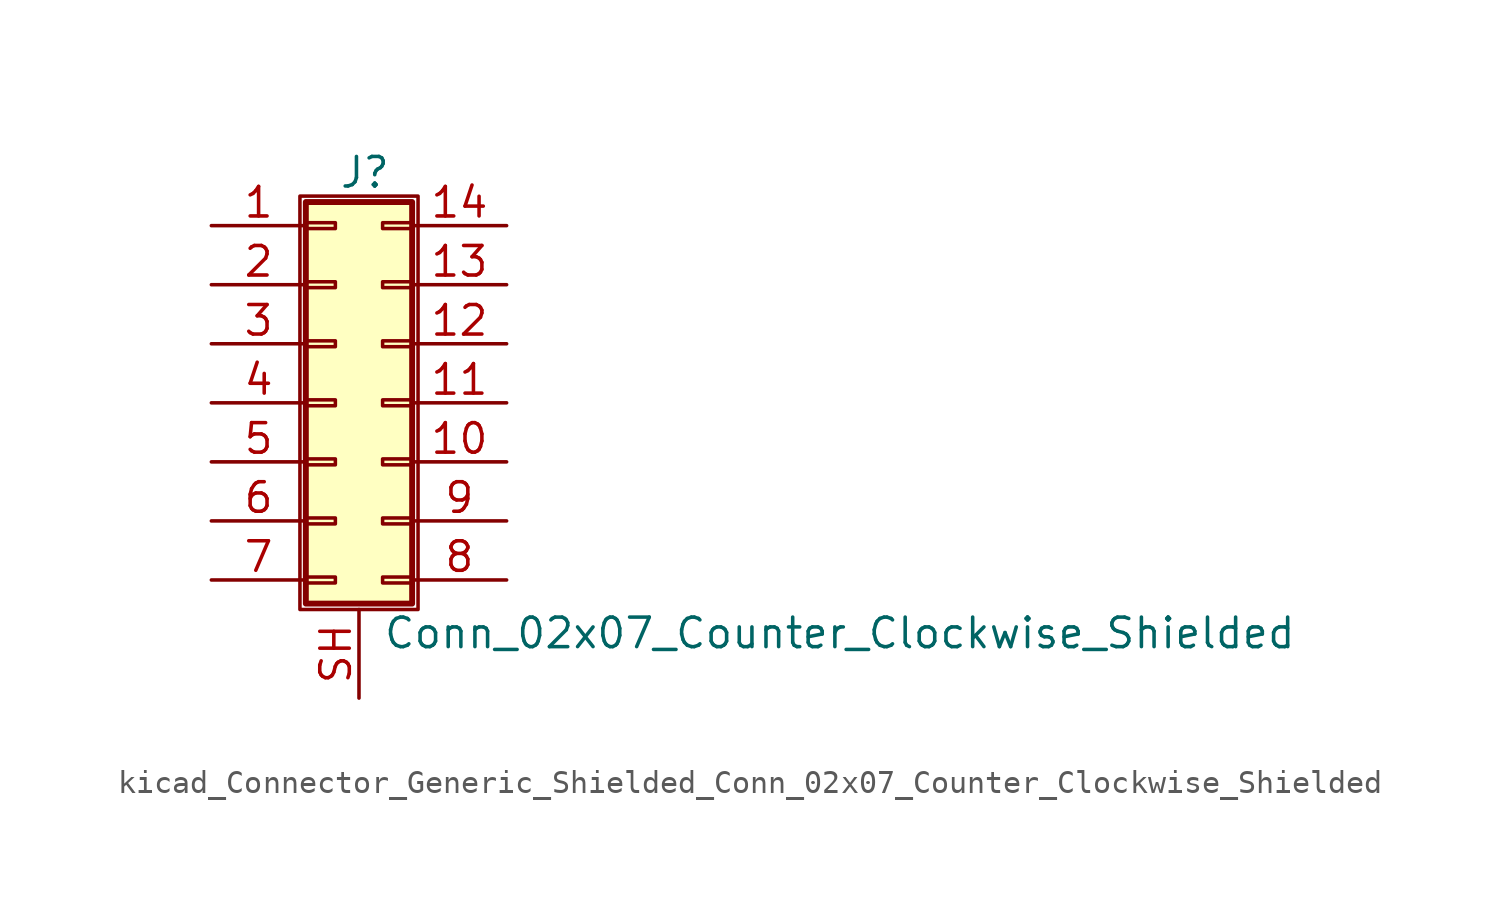
<source format=kicad_sym>
(kicad_symbol_lib
  (version 20220914)
  (generator kicad_symbol_editor)
  (symbol "kicad_Connector_Generic_Shielded_Conn_02x07_Counter_Clockwise_Shielded"
    (pin_names
      (offset 1.016) hide)
    (property "Reference" "J"
      (at 1.524 9.906 0)
      (effects (font (size 1.27 1.27))))
    (property "Value" "Conn_02x07_Counter_Clockwise_Shielded"
      (at 2.286 -9.906 0)
      (effects (font (size 1.27 1.27)) (justify left)))
    (symbol "kicad_Connector_Generic_Shielded_Conn_02x07_Counter_Clockwise_Shielded_1_1"
      (rectangle (start -1.27 8.89) (end 3.81 -8.89) (stroke (width 0.152) (type default)) (fill (type none)))
      (rectangle (start -1.016 -7.493) (end 0.254 -7.747) (stroke (width 0.152) (type default)) (fill (type none)))
      (rectangle (start -1.016 -4.953) (end 0.254 -5.207) (stroke (width 0.152) (type default)) (fill (type none)))
      (rectangle (start -1.016 -2.413) (end 0.254 -2.667) (stroke (width 0.152) (type default)) (fill (type none)))
      (rectangle (start -1.016 0.127) (end 0.254 -0.127) (stroke (width 0.152) (type default)) (fill (type none)))
      (rectangle (start -1.016 2.667) (end 0.254 2.413) (stroke (width 0.152) (type default)) (fill (type none)))
      (rectangle (start -1.016 5.207) (end 0.254 4.953) (stroke (width 0.152) (type default)) (fill (type none)))
      (rectangle (start -1.016 7.747) (end 0.254 7.493) (stroke (width 0.152) (type default)) (fill (type none)))
      (rectangle (start -1.016 8.636) (end 3.556 -8.636) (stroke (width 0.254) (type default)) (fill (type background)))
      (rectangle (start 3.556 -7.493) (end 2.286 -7.747) (stroke (width 0.152) (type default)) (fill (type none)))
      (rectangle (start 3.556 -4.953) (end 2.286 -5.207) (stroke (width 0.152) (type default)) (fill (type none)))
      (rectangle (start 3.556 -2.413) (end 2.286 -2.667) (stroke (width 0.152) (type default)) (fill (type none)))
      (rectangle (start 3.556 0.127) (end 2.286 -0.127) (stroke (width 0.152) (type default)) (fill (type none)))
      (rectangle (start 3.556 2.667) (end 2.286 2.413) (stroke (width 0.152) (type default)) (fill (type none)))
      (rectangle (start 3.556 5.207) (end 2.286 4.953) (stroke (width 0.152) (type default)) (fill (type none)))
      (rectangle (start 3.556 7.747) (end 2.286 7.493) (stroke (width 0.152) (type default)) (fill (type none)))
      (pin passive line (at -5.08 7.62 0) (length 4.064) (name "Pin_1" (effects (font (size 1.27 1.27)))) (number "1" (effects (font (size 1.27 1.27)))))
      (pin passive line (at 7.62 -2.54 180) (length 4.064) (name "Pin_10" (effects (font (size 1.27 1.27)))) (number "10" (effects (font (size 1.27 1.27)))))
      (pin passive line (at 7.62 0 180) (length 4.064) (name "Pin_11" (effects (font (size 1.27 1.27)))) (number "11" (effects (font (size 1.27 1.27)))))
      (pin passive line (at 7.62 2.54 180) (length 4.064) (name "Pin_12" (effects (font (size 1.27 1.27)))) (number "12" (effects (font (size 1.27 1.27)))))
      (pin passive line (at 7.62 5.08 180) (length 4.064) (name "Pin_13" (effects (font (size 1.27 1.27)))) (number "13" (effects (font (size 1.27 1.27)))))
      (pin passive line (at 7.62 7.62 180) (length 4.064) (name "Pin_14" (effects (font (size 1.27 1.27)))) (number "14" (effects (font (size 1.27 1.27)))))
      (pin passive line (at -5.08 5.08 0) (length 4.064) (name "Pin_2" (effects (font (size 1.27 1.27)))) (number "2" (effects (font (size 1.27 1.27)))))
      (pin passive line (at -5.08 2.54 0) (length 4.064) (name "Pin_3" (effects (font (size 1.27 1.27)))) (number "3" (effects (font (size 1.27 1.27)))))
      (pin passive line (at -5.08 0 0) (length 4.064) (name "Pin_4" (effects (font (size 1.27 1.27)))) (number "4" (effects (font (size 1.27 1.27)))))
      (pin passive line (at -5.08 -2.54 0) (length 4.064) (name "Pin_5" (effects (font (size 1.27 1.27)))) (number "5" (effects (font (size 1.27 1.27)))))
      (pin passive line (at -5.08 -5.08 0) (length 4.064) (name "Pin_6" (effects (font (size 1.27 1.27)))) (number "6" (effects (font (size 1.27 1.27)))))
      (pin passive line (at -5.08 -7.62 0) (length 4.064) (name "Pin_7" (effects (font (size 1.27 1.27)))) (number "7" (effects (font (size 1.27 1.27)))))
      (pin passive line (at 7.62 -7.62 180) (length 4.064) (name "Pin_8" (effects (font (size 1.27 1.27)))) (number "8" (effects (font (size 1.27 1.27)))))
      (pin passive line (at 7.62 -5.08 180) (length 4.064) (name "Pin_9" (effects (font (size 1.27 1.27)))) (number "9" (effects (font (size 1.27 1.27)))))
      (pin passive line (at 1.27 -12.7 90) (length 3.81) (name "Shield" (effects (font (size 1.27 1.27)))) (number "SH" (effects (font (size 1.27 1.27))))))))
</source>
